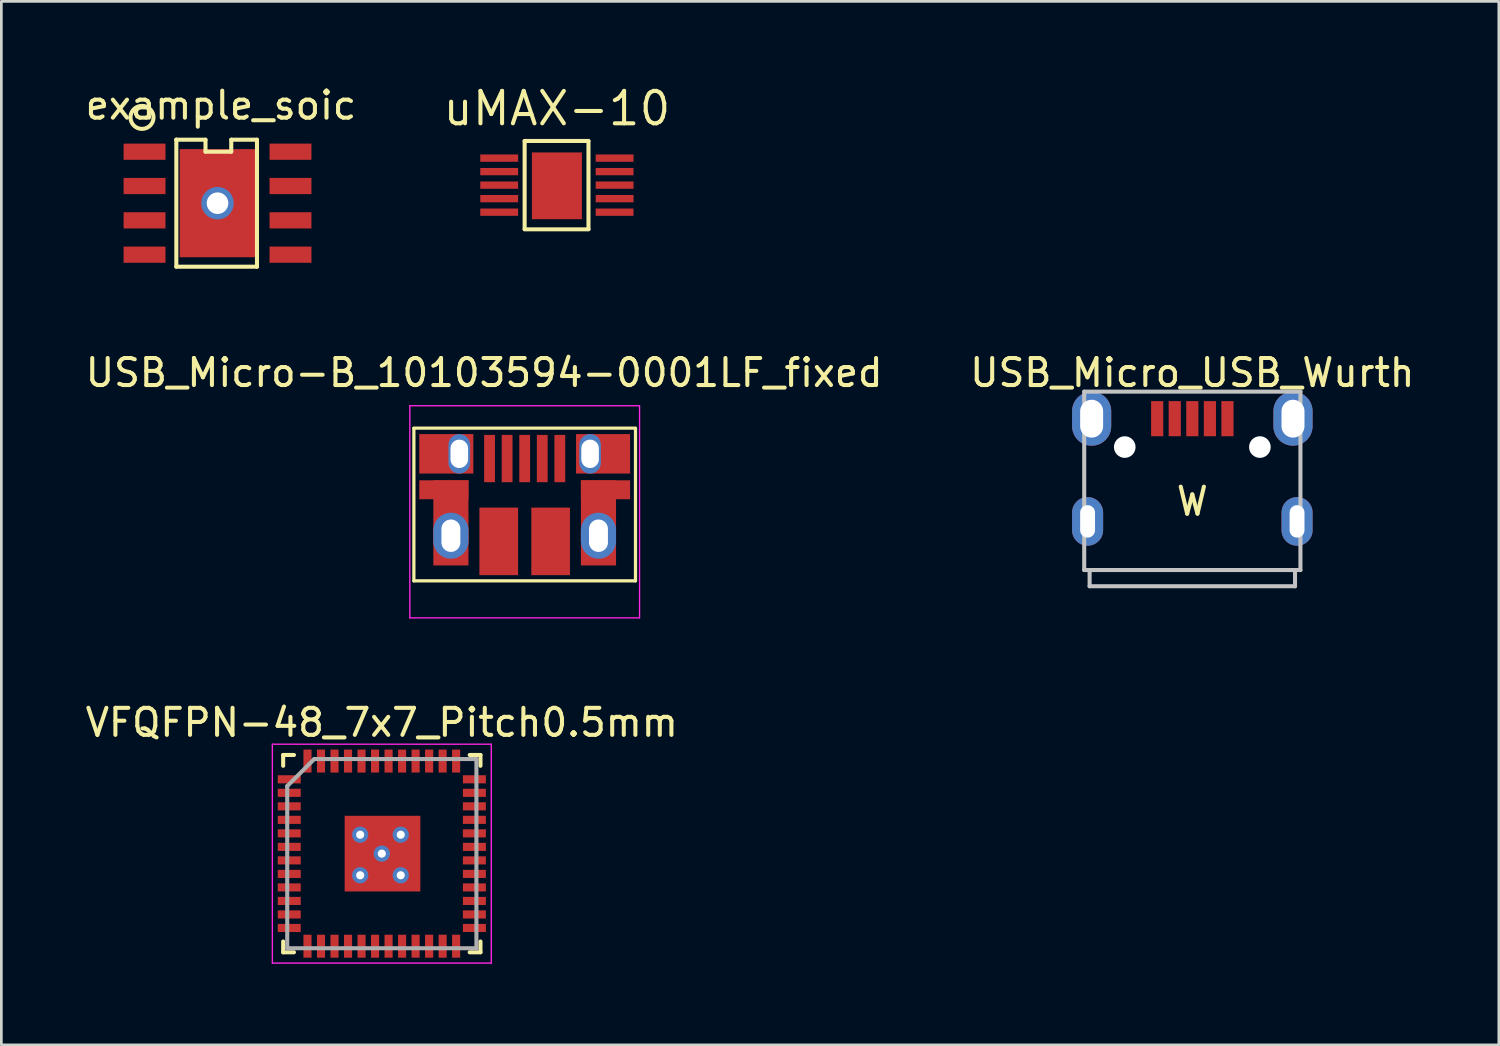
<source format=kicad_pcb>
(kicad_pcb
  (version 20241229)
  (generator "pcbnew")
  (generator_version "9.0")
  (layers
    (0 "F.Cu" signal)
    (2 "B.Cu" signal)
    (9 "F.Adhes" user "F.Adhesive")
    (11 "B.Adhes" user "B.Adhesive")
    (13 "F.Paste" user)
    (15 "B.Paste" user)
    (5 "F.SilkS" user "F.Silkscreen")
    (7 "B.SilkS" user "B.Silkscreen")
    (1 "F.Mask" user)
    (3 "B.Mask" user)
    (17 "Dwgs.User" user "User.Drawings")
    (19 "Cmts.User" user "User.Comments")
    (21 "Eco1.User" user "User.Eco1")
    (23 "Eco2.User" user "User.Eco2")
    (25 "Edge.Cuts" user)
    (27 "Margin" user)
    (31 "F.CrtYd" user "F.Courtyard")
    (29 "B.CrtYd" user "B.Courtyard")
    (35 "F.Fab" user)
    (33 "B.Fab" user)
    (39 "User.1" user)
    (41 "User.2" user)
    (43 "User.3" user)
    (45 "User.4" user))
  (footprint "USB_Micro_USB_Wurth"
    (layer "F.Cu")
    (at 41.065 18.041)
    (property "Reference" "USB_Micro_USB_Wurth" (at 0 -7.3 0) (layer "F.SilkS") (effects (font (size 1 1) (thickness 0.15))))
    (attr through_hole)
    (fp_line (start -4 -6.6) (end 4 -6.6) (stroke (width 0.15) (type solid)) (layer "Dwgs.User"))
    (fp_line (start -4 0) (end -4 -6.6) (stroke (width 0.15) (type solid)) (layer "Dwgs.User"))
    (fp_line (start -4 0) (end 4 0) (stroke (width 0.15) (type solid)) (layer "Dwgs.User"))
    (fp_line (start -3.8 0) (end -3.8 0.6) (stroke (width 0.15) (type solid)) (layer "Dwgs.User"))
    (fp_line (start -3.8 0.6) (end 3.8 0.6) (stroke (width 0.15) (type solid)) (layer "Dwgs.User"))
    (fp_line (start 3.8 0.6) (end 3.8 0) (stroke (width 0.15) (type solid)) (layer "Dwgs.User"))
    (fp_line (start 4 -6.6) (end 4 0) (stroke (width 0.15) (type solid)) (layer "Dwgs.User"))
    (fp_text user "W" (at 0 -2.54 0) (layer "F.SilkS") (effects (font (size 1 1) (thickness 0.15))))
    (pad "" np_thru_hole circle (at -2.5 -4.55) (size 0.8 0.8) (drill 0.8) (layers "*.Cu"))
    (pad "" np_thru_hole circle (at 2.5 -4.55) (size 0.8 0.8) (drill 0.8) (layers "*.Cu"))
    (pad "1" smd rect (at -1.3 -5.6) (size 0.45 1.3) (layers "F.Cu" "F.Mask" "F.Paste"))
    (pad "2" smd rect (at -0.65 -5.6) (size 0.45 1.3) (layers "F.Cu" "F.Mask" "F.Paste"))
    (pad "3" smd rect (at 0 -5.6) (size 0.45 1.3) (layers "F.Cu" "F.Mask" "F.Paste"))
    (pad "4" smd rect (at 0.65 -5.6) (size 0.45 1.3) (layers "F.Cu" "F.Mask" "F.Paste"))
    (pad "5" smd rect (at 1.3 -5.6) (size 0.45 1.3) (layers "F.Cu" "F.Mask" "F.Paste"))
    (pad "6" thru_hole oval (at -3.875 -1.8) (size 1.15 1.8) (drill oval 0.55 1.2) (layers "*.Cu" "*.Mask"))
    (pad "6" thru_hole oval (at -3.725 -5.6) (size 1.45 2) (drill oval 0.85 1.4) (layers "*.Cu" "*.Mask"))
    (pad "6" thru_hole oval (at 3.725 -5.6) (size 1.45 2) (drill oval 0.85 1.4) (layers "*.Cu" "*.Mask"))
    (pad "6" thru_hole oval (at 3.875 -1.8) (size 1.15 1.8) (drill oval 0.55 1.2) (layers "*.Cu" "*.Mask")))
  (footprint "VFQFPN-48_7x7_Pitch0.5mm"
    (layer "F.Cu")
    (at 11.077 28.534)
    (property "Reference" "VFQFPN-48_7x7_Pitch0.5mm" (at 0 -4.85 0) (layer "F.SilkS") (effects (font (size 1 1) (thickness 0.15))))
    (attr smd)
    (fp_line (start -3.65 -3.65) (end -3.65 -3.25) (stroke (width 0.15) (type solid)) (layer "F.SilkS"))
    (fp_line (start -3.65 3.65) (end -3.65 3.25) (stroke (width 0.15) (type solid)) (layer "F.SilkS"))
    (fp_line (start -3.25 -3.65) (end -3.65 -3.65) (stroke (width 0.15) (type solid)) (layer "F.SilkS"))
    (fp_line (start -3.25 3.65) (end -3.65 3.65) (stroke (width 0.15) (type solid)) (layer "F.SilkS"))
    (fp_line (start 3.25 -3.65) (end 3.65 -3.65) (stroke (width 0.15) (type solid)) (layer "F.SilkS"))
    (fp_line (start 3.25 3.65) (end 3.65 3.65) (stroke (width 0.15) (type solid)) (layer "F.SilkS"))
    (fp_line (start 3.65 -3.65) (end 3.65 -3.25) (stroke (width 0.15) (type solid)) (layer "F.SilkS"))
    (fp_line (start 3.65 3.65) (end 3.65 3.25) (stroke (width 0.15) (type solid)) (layer "F.SilkS"))
    (fp_line (start -4.05 -4.05) (end 4.05 -4.05) (stroke (width 0.05) (type solid)) (layer "F.CrtYd"))
    (fp_line (start -4.05 4.05) (end -4.05 -4.05) (stroke (width 0.05) (type solid)) (layer "F.CrtYd"))
    (fp_line (start 4.05 -4.05) (end 4.05 4.05) (stroke (width 0.05) (type solid)) (layer "F.CrtYd"))
    (fp_line (start 4.05 4.05) (end -4.05 4.05) (stroke (width 0.05) (type solid)) (layer "F.CrtYd"))
    (fp_line (start -3.5 -2.5) (end -3.5 3.5) (stroke (width 0.15) (type solid)) (layer "F.Fab"))
    (fp_line (start -3.5 3.5) (end 3.5 3.5) (stroke (width 0.15) (type solid)) (layer "F.Fab"))
    (fp_line (start -2.5 -3.5) (end -3.5 -2.5) (stroke (width 0.15) (type solid)) (layer "F.Fab"))
    (fp_line (start 3.5 -3.5) (end -2.5 -3.5) (stroke (width 0.15) (type solid)) (layer "F.Fab"))
    (fp_line (start 3.5 3.5) (end 3.5 -3.5) (stroke (width 0.15) (type solid)) (layer "F.Fab"))
    (pad "1" smd rect (at -3.425 -2.75 90) (size 0.3 0.85) (layers "F.Cu" "F.Mask" "F.Paste"))
    (pad "2" smd rect (at -3.425 -2.25 90) (size 0.3 0.85) (layers "F.Cu" "F.Mask" "F.Paste"))
    (pad "3" smd rect (at -3.425 -1.75 90) (size 0.3 0.85) (layers "F.Cu" "F.Mask" "F.Paste"))
    (pad "4" smd rect (at -3.425 -1.25 90) (size 0.3 0.85) (layers "F.Cu" "F.Mask" "F.Paste"))
    (pad "5" smd rect (at -3.425 -0.75 90) (size 0.3 0.85) (layers "F.Cu" "F.Mask" "F.Paste"))
    (pad "6" smd rect (at -3.425 -0.25 90) (size 0.3 0.85) (layers "F.Cu" "F.Mask" "F.Paste"))
    (pad "7" smd rect (at -3.425 0.25 90) (size 0.3 0.85) (layers "F.Cu" "F.Mask" "F.Paste"))
    (pad "8" smd rect (at -3.425 0.75 90) (size 0.3 0.85) (layers "F.Cu" "F.Mask" "F.Paste"))
    (pad "9" smd rect (at -3.425 1.25 90) (size 0.3 0.85) (layers "F.Cu" "F.Mask" "F.Paste"))
    (pad "10" smd rect (at -3.425 1.75 90) (size 0.3 0.85) (layers "F.Cu" "F.Mask" "F.Paste"))
    (pad "11" smd rect (at -3.425 2.25 90) (size 0.3 0.85) (layers "F.Cu" "F.Mask" "F.Paste"))
    (pad "12" smd rect (at -3.425 2.75 90) (size 0.3 0.85) (layers "F.Cu" "F.Mask" "F.Paste"))
    (pad "13" smd rect (at -2.75 3.425) (size 0.3 0.85) (layers "F.Cu" "F.Mask" "F.Paste"))
    (pad "14" smd rect (at -2.25 3.425) (size 0.3 0.85) (layers "F.Cu" "F.Mask" "F.Paste"))
    (pad "15" smd rect (at -1.75 3.425) (size 0.3 0.85) (layers "F.Cu" "F.Mask" "F.Paste"))
    (pad "16" smd rect (at -1.25 3.425) (size 0.3 0.85) (layers "F.Cu" "F.Mask" "F.Paste"))
    (pad "17" smd rect (at -0.75 3.425) (size 0.3 0.85) (layers "F.Cu" "F.Mask" "F.Paste"))
    (pad "18" smd rect (at -0.25 3.425) (size 0.3 0.85) (layers "F.Cu" "F.Mask" "F.Paste"))
    (pad "19" smd rect (at 0.25 3.425) (size 0.3 0.85) (layers "F.Cu" "F.Mask" "F.Paste"))
    (pad "20" smd rect (at 0.75 3.425) (size 0.3 0.85) (layers "F.Cu" "F.Mask" "F.Paste"))
    (pad "21" smd rect (at 1.25 3.425) (size 0.3 0.85) (layers "F.Cu" "F.Mask" "F.Paste"))
    (pad "22" smd rect (at 1.75 3.425) (size 0.3 0.85) (layers "F.Cu" "F.Mask" "F.Paste"))
    (pad "23" smd rect (at 2.25 3.425) (size 0.3 0.85) (layers "F.Cu" "F.Mask" "F.Paste"))
    (pad "24" smd rect (at 2.75 3.425) (size 0.3 0.85) (layers "F.Cu" "F.Mask" "F.Paste"))
    (pad "25" smd rect (at 3.425 2.75 90) (size 0.3 0.85) (layers "F.Cu" "F.Mask" "F.Paste"))
    (pad "26" smd rect (at 3.425 2.25 90) (size 0.3 0.85) (layers "F.Cu" "F.Mask" "F.Paste"))
    (pad "27" smd rect (at 3.425 1.75 90) (size 0.3 0.85) (layers "F.Cu" "F.Mask" "F.Paste"))
    (pad "28" smd rect (at 3.425 1.25 90) (size 0.3 0.85) (layers "F.Cu" "F.Mask" "F.Paste"))
    (pad "29" smd rect (at 3.425 0.75 90) (size 0.3 0.85) (layers "F.Cu" "F.Mask" "F.Paste"))
    (pad "30" smd rect (at 3.425 0.25 90) (size 0.3 0.85) (layers "F.Cu" "F.Mask" "F.Paste"))
    (pad "31" smd rect (at 3.425 -0.25 90) (size 0.3 0.85) (layers "F.Cu" "F.Mask" "F.Paste"))
    (pad "32" smd rect (at 3.425 -0.75 90) (size 0.3 0.85) (layers "F.Cu" "F.Mask" "F.Paste"))
    (pad "33" smd rect (at 3.425 -1.25 90) (size 0.3 0.85) (layers "F.Cu" "F.Mask" "F.Paste"))
    (pad "34" smd rect (at 3.425 -1.75 90) (size 0.3 0.85) (layers "F.Cu" "F.Mask" "F.Paste"))
    (pad "35" smd rect (at 3.425 -2.25 90) (size 0.3 0.85) (layers "F.Cu" "F.Mask" "F.Paste"))
    (pad "36" smd rect (at 3.425 -2.75 90) (size 0.3 0.85) (layers "F.Cu" "F.Mask" "F.Paste"))
    (pad "37" smd rect (at 2.75 -3.425) (size 0.3 0.85) (layers "F.Cu" "F.Mask" "F.Paste"))
    (pad "38" smd rect (at 2.25 -3.425) (size 0.3 0.85) (layers "F.Cu" "F.Mask" "F.Paste"))
    (pad "39" smd rect (at 1.75 -3.425) (size 0.3 0.85) (layers "F.Cu" "F.Mask" "F.Paste"))
    (pad "40" smd rect (at 1.25 -3.425) (size 0.3 0.85) (layers "F.Cu" "F.Mask" "F.Paste"))
    (pad "41" smd rect (at 0.75 -3.425) (size 0.3 0.85) (layers "F.Cu" "F.Mask" "F.Paste"))
    (pad "42" smd rect (at 0.25 -3.425) (size 0.3 0.85) (layers "F.Cu" "F.Mask" "F.Paste"))
    (pad "43" smd rect (at -0.25 -3.425) (size 0.3 0.85) (layers "F.Cu" "F.Mask" "F.Paste"))
    (pad "44" smd rect (at -0.75 -3.425) (size 0.3 0.85) (layers "F.Cu" "F.Mask" "F.Paste"))
    (pad "45" smd rect (at -1.25 -3.425) (size 0.3 0.85) (layers "F.Cu" "F.Mask" "F.Paste"))
    (pad "46" smd rect (at -1.75 -3.425) (size 0.3 0.85) (layers "F.Cu" "F.Mask" "F.Paste"))
    (pad "47" smd rect (at -2.25 -3.425) (size 0.3 0.85) (layers "F.Cu" "F.Mask" "F.Paste"))
    (pad "48" smd rect (at -2.75 -3.425) (size 0.3 0.85) (layers "F.Cu" "F.Mask" "F.Paste"))
    (pad "49" thru_hole circle (at -0.8 -0.7) (size 0.6 0.6) (drill 0.3) (layers "*.Cu" "*.Mask"))
    (pad "49" thru_hole circle (at -0.8 0.8) (size 0.6 0.6) (drill 0.3) (layers "*.Cu" "*.Mask"))
    (pad "49" thru_hole circle (at 0 0) (size 0.6 0.6) (drill 0.3) (layers "*.Cu" "*.Mask"))
    (pad "49" smd rect (at 0.025 0) (size 2.8 2.8) (layers "F.Cu" "F.Mask" "F.Paste"))
    (pad "49" thru_hole circle (at 0.7 -0.7) (size 0.6 0.6) (drill 0.3) (layers "*.Cu" "*.Mask"))
    (pad "49" thru_hole circle (at 0.7 0.8) (size 0.6 0.6) (drill 0.3) (layers "*.Cu" "*.Mask")))
  (footprint "example_soic"
    (layer "F.Cu")
    (at 4.998 4.468)
    (property "Reference" "example_soic" (at 0.127 -3.619 0) (layer "F.SilkS") (effects (font (size 1 1) (thickness 0.15))))
    (attr through_hole)
    (fp_line (start -1.524 -2.349) (end -1.524 -2.349) (stroke (width 0.15) (type solid)) (layer "F.SilkS"))
    (fp_line (start -1.524 -2.349) (end -1.524 2.349) (stroke (width 0.15) (type solid)) (layer "F.SilkS"))
    (fp_line (start -1.524 2.349) (end 1.46 2.349) (stroke (width 0.15) (type solid)) (layer "F.SilkS"))
    (fp_line (start -0.445 -2.349) (end -1.524 -2.349) (stroke (width 0.15) (type solid)) (layer "F.SilkS"))
    (fp_line (start -0.445 -1.905) (end -0.445 -2.349) (stroke (width 0.15) (type solid)) (layer "F.SilkS"))
    (fp_line (start 0.508 -2.349) (end 0.508 -1.905) (stroke (width 0.15) (type solid)) (layer "F.SilkS"))
    (fp_line (start 0.508 -1.905) (end -0.445 -1.905) (stroke (width 0.15) (type solid)) (layer "F.SilkS"))
    (fp_line (start 1.46 -2.349) (end 0.508 -2.349) (stroke (width 0.15) (type solid)) (layer "F.SilkS"))
    (fp_line (start 1.46 2.349) (end 1.46 -2.349) (stroke (width 0.15) (type solid)) (layer "F.SilkS"))
    (fp_circle (center -2.794 -3.175) (end -2.603 -2.794) (stroke (width 0.15) (type solid)) (fill no) (layer "F.SilkS"))
    (pad "1" smd rect (at -2.7 -1.905) (size 1.55 0.6) (layers "F.Cu" "F.Mask" "F.Paste"))
    (pad "2" smd rect (at -2.7 -0.635) (size 1.55 0.6) (layers "F.Cu" "F.Mask" "F.Paste"))
    (pad "3" smd rect (at -2.7 0.635) (size 1.55 0.6) (layers "F.Cu" "F.Mask" "F.Paste"))
    (pad "4" smd rect (at -2.7 1.905) (size 1.55 0.6) (layers "F.Cu" "F.Mask" "F.Paste"))
    (pad "4" thru_hole circle (at 0 0) (size 1.2 1.2) (drill 0.8) (layers "*.Cu"))
    (pad "4" smd rect (at 0 0 90) (size 4 2.8) (layers "F.Cu" "F.Mask" "F.Paste"))
    (pad "5" smd rect (at 2.7 1.905) (size 1.55 0.6) (layers "F.Cu" "F.Mask" "F.Paste"))
    (pad "6" smd rect (at 2.7 0.635) (size 1.55 0.6) (layers "F.Cu" "F.Mask" "F.Paste"))
    (pad "7" smd rect (at 2.7 -0.635) (size 1.55 0.6) (layers "F.Cu" "F.Mask" "F.Paste"))
    (pad "8" smd rect (at 2.7 -1.905) (size 1.55 0.6) (layers "F.Cu" "F.Mask" "F.Paste")))
  (footprint "uMAX-10"
    (layer "F.Cu")
    (at 17.504 3.8)
    (property "Reference" "uMAX-10" (at 0.051 -2.835 0) (layer "F.SilkS") (effects (font (size 1.2 1.2) (thickness 0.15))))
    (attr through_hole)
    (fp_line (start -1.143 1.635) (end 1.22 1.635) (stroke (width 0.15) (type solid)) (layer "F.SilkS"))
    (fp_line (start -1.143 -1.635) (end -1.143 1.626) (stroke (width 0.15) (type solid)) (layer "F.SilkS"))
    (fp_line (start 1.219 1.626) (end 1.219 -1.626) (stroke (width 0.15) (type solid)) (layer "F.SilkS"))
    (fp_line (start 1.219 -1.635) (end -1.143 -1.635) (stroke (width 0.15) (type solid)) (layer "F.SilkS"))
    (pad "1" smd rect (at -2.084 -1 270) (size 0.27 1.4) (layers "F.Cu" "F.Mask" "F.Paste"))
    (pad "2" smd rect (at -2.084 -0.5 270) (size 0.27 1.4) (layers "F.Cu" "F.Mask" "F.Paste"))
    (pad "3" smd rect (at -2.084 0 270) (size 0.27 1.4) (layers "F.Cu" "F.Mask" "F.Paste"))
    (pad "4" smd rect (at -2.084 0.5 270) (size 0.27 1.4) (layers "F.Cu" "F.Mask" "F.Paste"))
    (pad "5" smd rect (at -2.084 1 270) (size 0.27 1.4) (layers "F.Cu" "F.Mask" "F.Paste"))
    (pad "6" smd rect (at 2.186 1 270) (size 0.27 1.4) (layers "F.Cu" "F.Mask" "F.Paste"))
    (pad "7" smd rect (at 2.186 0.5 270) (size 0.27 1.4) (layers "F.Cu" "F.Mask" "F.Paste"))
    (pad "8" smd rect (at 2.186 0 270) (size 0.27 1.4) (layers "F.Cu" "F.Mask" "F.Paste"))
    (pad "9" smd rect (at 2.186 -0.5 270) (size 0.27 1.4) (layers "F.Cu" "F.Mask" "F.Paste"))
    (pad "10" smd rect (at 2.186 -1 270) (size 0.27 1.4) (layers "F.Cu" "F.Mask" "F.Paste"))
    (pad "11" smd rect (at 0.051 0.025) (size 1.85 2.47) (layers "F.Cu" "F.Mask" "F.Paste")))
  (footprint "USB_Micro-B_10103594-0001LF_fixed"
    (layer "F.Cu")
    (at 16.363 15.361)
    (property "Reference" "USB_Micro-B_10103594-0001LF_fixed" (at -1.5 -4.62 0) (layer "F.SilkS") (effects (font (size 1 1) (thickness 0.15))))
    (attr smd)
    (fp_line (start -4.1 -2.57) (end 4.1 -2.57) (stroke (width 0.12) (type solid)) (layer "F.SilkS"))
    (fp_line (start -4.1 3.08) (end -4.1 -2.56) (stroke (width 0.12) (type solid)) (layer "F.SilkS"))
    (fp_line (start 4.1 -2.56) (end 4.1 3.08) (stroke (width 0.12) (type solid)) (layer "F.SilkS"))
    (fp_line (start 4.1 3.08) (end -4.1 3.08) (stroke (width 0.12) (type solid)) (layer "F.SilkS"))
    (fp_line (start -4.25 -3.4) (end 4.25 -3.4) (stroke (width 0.05) (type solid)) (layer "F.CrtYd"))
    (fp_line (start -4.25 4.45) (end -4.25 -3.4) (stroke (width 0.05) (type solid)) (layer "F.CrtYd"))
    (fp_line (start 4.25 -3.4) (end 4.25 4.45) (stroke (width 0.05) (type solid)) (layer "F.CrtYd"))
    (fp_line (start 4.25 4.45) (end -4.25 4.45) (stroke (width 0.05) (type solid)) (layer "F.CrtYd"))
    (pad "1" smd rect (at -1.3 -1.445 90) (size 1.75 0.4) (layers "F.Cu" "F.Mask" "F.Paste"))
    (pad "2" smd rect (at -0.65 -1.445 90) (size 1.75 0.4) (layers "F.Cu" "F.Mask" "F.Paste"))
    (pad "3" smd rect (at 0 -1.445 90) (size 1.75 0.4) (layers "F.Cu" "F.Mask" "F.Paste"))
    (pad "4" smd rect (at 0.65 -1.445 90) (size 1.75 0.4) (layers "F.Cu" "F.Mask" "F.Paste"))
    (pad "5" smd rect (at 1.3 -1.445 90) (size 1.75 0.4) (layers "F.Cu" "F.Mask" "F.Paste"))
    (pad "6" smd rect (at -2.99 -0.29) (size 1.82 0.7) (layers "F.Cu" "F.Mask" "F.Paste"))
    (pad "6" smd rect (at -2.9 -1.62) (size 2 1.46) (layers "F.Cu" "F.Mask" "F.Paste"))
    (pad "6" smd rect (at -2.73 0.935 90) (size 3.15 1.3) (layers "F.Cu" "F.Mask" "F.Paste"))
    (pad "6" thru_hole oval (at -2.73 1.41 90) (size 1.7 1.3) (drill oval 1.2 0.7) (layers "*.Cu" "*.Mask"))
    (pad "6" thru_hole oval (at -2.42 -1.62 90) (size 1.46 0.8) (drill oval 1.05 0.65) (layers "*.Cu" "*.Mask"))
    (pad "6" smd rect (at -0.96 1.62 90) (size 2.5 1.43) (layers "F.Cu" "F.Mask" "F.Paste"))
    (pad "6" smd rect (at 0.96 1.62 90) (size 2.5 1.43) (layers "F.Cu" "F.Mask" "F.Paste"))
    (pad "6" thru_hole oval (at 2.42 -1.62 90) (size 1.46 0.8) (drill oval 1.05 0.65) (layers "*.Cu" "*.Mask"))
    (pad "6" smd rect (at 2.73 0.935 90) (size 3.15 1.3) (layers "F.Cu" "F.Mask" "F.Paste"))
    (pad "6" thru_hole oval (at 2.73 1.41 90) (size 1.7 1.3) (drill oval 1.2 0.7) (layers "*.Cu" "*.Mask"))
    (pad "6" smd rect (at 2.9 -1.62) (size 2 1.46) (layers "F.Cu" "F.Mask" "F.Paste"))
    (pad "6" smd rect (at 2.99 -0.29) (size 1.82 0.7) (layers "F.Cu" "F.Mask" "F.Paste")))
  (gr_rect
    (start -3 -3)
    (end 52.405 35.609)
    (stroke (width 0.1) (type default))
    (fill no)
    (layer "Edge.Cuts")))
</source>
